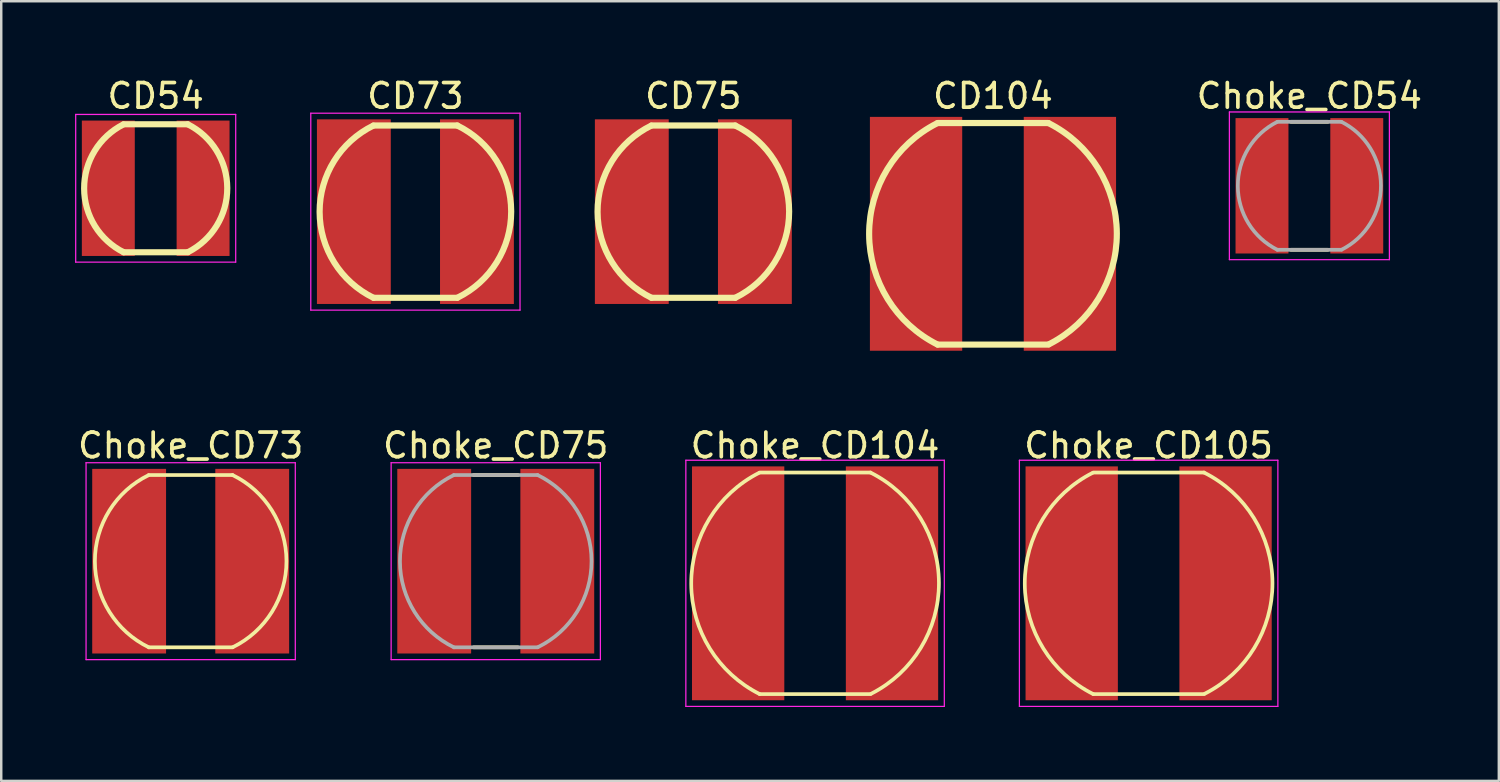
<source format=kicad_pcb>
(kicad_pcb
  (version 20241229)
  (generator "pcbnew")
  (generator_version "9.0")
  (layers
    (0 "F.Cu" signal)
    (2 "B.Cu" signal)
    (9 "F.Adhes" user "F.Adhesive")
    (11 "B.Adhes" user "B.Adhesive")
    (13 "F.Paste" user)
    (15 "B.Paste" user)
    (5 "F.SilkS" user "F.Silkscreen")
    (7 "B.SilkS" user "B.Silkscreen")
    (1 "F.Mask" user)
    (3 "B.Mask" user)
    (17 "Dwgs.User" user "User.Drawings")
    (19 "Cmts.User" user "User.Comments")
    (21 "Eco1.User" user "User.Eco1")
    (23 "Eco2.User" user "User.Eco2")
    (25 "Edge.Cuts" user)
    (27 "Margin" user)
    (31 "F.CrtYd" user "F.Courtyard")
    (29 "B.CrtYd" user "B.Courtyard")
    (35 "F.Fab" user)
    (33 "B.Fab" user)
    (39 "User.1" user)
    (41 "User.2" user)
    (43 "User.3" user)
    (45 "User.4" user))
  (footprint "Choke_CD104"
    (layer "F.Cu")
    (at 30.061 20.646)
    (property "Reference" "Choke_CD104" (at 0 -5.6 180) (layer "F.SilkS") (effects (font (size 1 1) (thickness 0.15))))
    (attr smd)
    (fp_line (start -2.25 -4.5) (end 2.25 -4.5) (stroke (width 0.15) (type solid)) (layer "F.SilkS"))
    (fp_line (start -2.25 4.5) (end 2.25 4.5) (stroke (width 0.15) (type solid)) (layer "F.SilkS"))
    (fp_arc (start -2.25 4.5) (mid -5.031127 0.016241) (end -2.279005 -4.48538) (stroke (width 0.15) (type solid)) (layer "F.SilkS"))
    (fp_arc (start 2.25 -4.5) (mid 5.031127 -0.016241) (end 2.279005 4.48538) (stroke (width 0.15) (type solid)) (layer "F.SilkS"))
    (fp_line (start -5.25 -5) (end 5.25 -5) (stroke (width 0.05) (type solid)) (layer "F.CrtYd"))
    (fp_line (start -5.25 5) (end -5.25 -5) (stroke (width 0.05) (type solid)) (layer "F.CrtYd"))
    (fp_line (start 5.25 -5) (end 5.25 5) (stroke (width 0.05) (type solid)) (layer "F.CrtYd"))
    (fp_line (start 5.25 5) (end -5.25 5) (stroke (width 0.05) (type solid)) (layer "F.CrtYd"))
    (pad "1" smd rect (at -3.125 0 90) (size 9.5 3.75) (layers "F.Cu" "F.Mask" "F.Paste"))
    (pad "2" smd rect (at 3.125 0 90) (size 9.5 3.75) (layers "F.Cu" "F.Mask" "F.Paste")))
  (footprint "Choke_CD75"
    (layer "F.Cu")
    (at 17.089 19.747)
    (property "Reference" "Choke_CD75" (at 0 -4.7 180) (layer "F.SilkS") (effects (font (size 1 1) (thickness 0.15))))
    (attr smd)
    (fp_line (start -0.9 -3.5) (end 0.9 -3.5) (stroke (width 0.15) (type solid)) (layer "F.SilkS"))
    (fp_line (start -0.9 3.5) (end 0.9 3.5) (stroke (width 0.15) (type solid)) (layer "F.SilkS"))
    (fp_line (start -4.25 -4) (end 4.25 -4) (stroke (width 0.05) (type solid)) (layer "F.CrtYd"))
    (fp_line (start -4.25 4) (end -4.25 -4) (stroke (width 0.05) (type solid)) (layer "F.CrtYd"))
    (fp_line (start 4.25 -4) (end 4.25 4) (stroke (width 0.05) (type solid)) (layer "F.CrtYd"))
    (fp_line (start 4.25 4) (end -4.25 4) (stroke (width 0.05) (type solid)) (layer "F.CrtYd"))
    (fp_line (start -1.7 -3.5) (end 1.7 -3.5) (stroke (width 0.15) (type solid)) (layer "F.Fab"))
    (fp_line (start -1.7 3.5) (end 1.7 3.5) (stroke (width 0.15) (type solid)) (layer "F.Fab"))
    (fp_arc (start -1.7 3.5) (mid -3.89101 0.006349) (end -1.711413 -3.494433) (stroke (width 0.15) (type solid)) (layer "F.Fab"))
    (fp_arc (start 1.7 -3.5) (mid 3.89101 -0.006349) (end 1.711413 3.494433) (stroke (width 0.15) (type solid)) (layer "F.Fab"))
    (pad "1" smd rect (at -2.5 0 90) (size 7.5 3) (layers "F.Cu" "F.Mask" "F.Paste"))
    (pad "2" smd rect (at 2.5 0 90) (size 7.5 3) (layers "F.Cu" "F.Mask" "F.Paste")))
  (footprint "CD75"
    (layer "F.Cu")
    (at 25.116 5.548)
    (property "Reference" "CD75" (at 0 -4.7 180) (layer "F.SilkS") (effects (font (size 1 1) (thickness 0.15))))
    (attr through_hole)
    (fp_line (start -1.7 -3.5) (end 1.7 -3.5) (stroke (width 0.25) (type solid)) (layer "F.SilkS"))
    (fp_line (start -1.7 3.5) (end 1.7 3.5) (stroke (width 0.25) (type solid)) (layer "F.SilkS"))
    (fp_arc (start -1.7 3.5) (mid -3.89101 0.006349) (end -1.711413 -3.494433) (stroke (width 0.25) (type solid)) (layer "F.SilkS"))
    (fp_arc (start 1.7 -3.5) (mid 3.89101 -0.006349) (end 1.711413 3.494433) (stroke (width 0.25) (type solid)) (layer "F.SilkS"))
    (pad "1" smd rect (at -2.5 0 90) (size 7.5 3) (layers "F.Cu" "F.Mask" "F.Paste"))
    (pad "2" smd rect (at 2.5 0 90) (size 7.5 3) (layers "F.Cu" "F.Mask" "F.Paste")))
  (footprint "CD54"
    (layer "F.Cu")
    (at 3.275 4.598)
    (property "Reference" "CD54" (at 0 -3.75 180) (layer "F.SilkS") (effects (font (size 1 1) (thickness 0.15))))
    (attr through_hole)
    (fp_line (start -1.3 -2.6) (end 1.3 -2.6) (stroke (width 0.25) (type solid)) (layer "F.SilkS"))
    (fp_line (start -1.3 2.6) (end 1.3 2.6) (stroke (width 0.25) (type solid)) (layer "F.SilkS"))
    (fp_arc (start -1.3 2.6) (mid -2.906873 0.009383) (end -1.316758 -2.591553) (stroke (width 0.25) (type solid)) (layer "F.SilkS"))
    (fp_arc (start 1.3 -2.6) (mid 2.906873 -0.009383) (end 1.316758 2.591553) (stroke (width 0.25) (type solid)) (layer "F.SilkS"))
    (fp_line (start -3.25 -3) (end 3.25 -3) (stroke (width 0.05) (type solid)) (layer "F.CrtYd"))
    (fp_line (start -3.25 3) (end -3.25 -3) (stroke (width 0.05) (type solid)) (layer "F.CrtYd"))
    (fp_line (start 3.25 -3) (end 3.25 3) (stroke (width 0.05) (type solid)) (layer "F.CrtYd"))
    (fp_line (start 3.25 3) (end -3.25 3) (stroke (width 0.05) (type solid)) (layer "F.CrtYd"))
    (pad "1" smd rect (at -1.925 0 90) (size 5.5 2.15) (layers "F.Cu" "F.Mask" "F.Paste"))
    (pad "2" smd rect (at 1.925 0 90) (size 5.5 2.15) (layers "F.Cu" "F.Mask" "F.Paste")))
  (footprint "CD73"
    (layer "F.Cu")
    (at 13.825 5.548)
    (property "Reference" "CD73" (at 0 -4.7 180) (layer "F.SilkS") (effects (font (size 1 1) (thickness 0.15))))
    (attr through_hole)
    (fp_line (start -1.7 -3.5) (end 1.7 -3.5) (stroke (width 0.25) (type solid)) (layer "F.SilkS"))
    (fp_line (start -1.7 3.5) (end 1.7 3.5) (stroke (width 0.25) (type solid)) (layer "F.SilkS"))
    (fp_arc (start -1.7 3.5) (mid -3.89101 0.006349) (end -1.711413 -3.494433) (stroke (width 0.25) (type solid)) (layer "F.SilkS"))
    (fp_arc (start 1.7 -3.5) (mid 3.89101 -0.006349) (end 1.711413 3.494433) (stroke (width 0.25) (type solid)) (layer "F.SilkS"))
    (fp_line (start -4.25 -4) (end 4.25 -4) (stroke (width 0.05) (type solid)) (layer "F.CrtYd"))
    (fp_line (start -4.25 4) (end -4.25 -4) (stroke (width 0.05) (type solid)) (layer "F.CrtYd"))
    (fp_line (start 4.25 -4) (end 4.25 4) (stroke (width 0.05) (type solid)) (layer "F.CrtYd"))
    (fp_line (start 4.25 4) (end -4.25 4) (stroke (width 0.05) (type solid)) (layer "F.CrtYd"))
    (pad "1" smd rect (at -2.5 0 90) (size 7.5 3) (layers "F.Cu" "F.Mask" "F.Paste"))
    (pad "2" smd rect (at 2.5 0 90) (size 7.5 3) (layers "F.Cu" "F.Mask" "F.Paste")))
  (footprint "Choke_CD105"
    (layer "F.Cu")
    (at 43.611 20.646)
    (property "Reference" "Choke_CD105" (at 0 -5.6 180) (layer "F.SilkS") (effects (font (size 1 1) (thickness 0.15))))
    (attr smd)
    (fp_line (start -2.25 -4.5) (end 2.25 -4.5) (stroke (width 0.15) (type solid)) (layer "F.SilkS"))
    (fp_line (start -2.25 4.5) (end 2.25 4.5) (stroke (width 0.15) (type solid)) (layer "F.SilkS"))
    (fp_arc (start -2.25 4.5) (mid -5.031127 0.016241) (end -2.279005 -4.48538) (stroke (width 0.15) (type solid)) (layer "F.SilkS"))
    (fp_arc (start 2.25 -4.5) (mid 5.031127 -0.016241) (end 2.279005 4.48538) (stroke (width 0.15) (type solid)) (layer "F.SilkS"))
    (fp_line (start -5.25 -5) (end 5.25 -5) (stroke (width 0.05) (type solid)) (layer "F.CrtYd"))
    (fp_line (start -5.25 5) (end -5.25 -5) (stroke (width 0.05) (type solid)) (layer "F.CrtYd"))
    (fp_line (start 5.25 -5) (end 5.25 5) (stroke (width 0.05) (type solid)) (layer "F.CrtYd"))
    (fp_line (start 5.25 5) (end -5.25 5) (stroke (width 0.05) (type solid)) (layer "F.CrtYd"))
    (pad "1" smd rect (at -3.125 0 90) (size 9.5 3.75) (layers "F.Cu" "F.Mask" "F.Paste"))
    (pad "2" smd rect (at 3.125 0 90) (size 9.5 3.75) (layers "F.Cu" "F.Mask" "F.Paste")))
  (footprint "Choke_CD73"
    (layer "F.Cu")
    (at 4.696 19.747)
    (property "Reference" "Choke_CD73" (at 0 -4.7 180) (layer "F.SilkS") (effects (font (size 1 1) (thickness 0.15))))
    (attr smd)
    (fp_line (start -1.7 -3.5) (end 1.7 -3.5) (stroke (width 0.15) (type solid)) (layer "F.SilkS"))
    (fp_line (start -1.7 3.5) (end 1.7 3.5) (stroke (width 0.15) (type solid)) (layer "F.SilkS"))
    (fp_arc (start -1.7 3.5) (mid -3.89101 0.006349) (end -1.711413 -3.494433) (stroke (width 0.15) (type solid)) (layer "F.SilkS"))
    (fp_arc (start 1.7 -3.5) (mid 3.89101 -0.006349) (end 1.711413 3.494433) (stroke (width 0.15) (type solid)) (layer "F.SilkS"))
    (fp_line (start -4.25 -4) (end 4.25 -4) (stroke (width 0.05) (type solid)) (layer "F.CrtYd"))
    (fp_line (start -4.25 4) (end -4.25 -4) (stroke (width 0.05) (type solid)) (layer "F.CrtYd"))
    (fp_line (start 4.25 -4) (end 4.25 4) (stroke (width 0.05) (type solid)) (layer "F.CrtYd"))
    (fp_line (start 4.25 4) (end -4.25 4) (stroke (width 0.05) (type solid)) (layer "F.CrtYd"))
    (pad "1" smd rect (at -2.5 0 90) (size 7.5 3) (layers "F.Cu" "F.Mask" "F.Paste"))
    (pad "2" smd rect (at 2.5 0 90) (size 7.5 3) (layers "F.Cu" "F.Mask" "F.Paste")))
  (footprint "Choke_CD54"
    (layer "F.Cu")
    (at 50.141 4.498)
    (property "Reference" "Choke_CD54" (at 0 -3.65 180) (layer "F.SilkS") (effects (font (size 1 1) (thickness 0.15))))
    (attr smd)
    (fp_line (start -0.75 -2.6) (end 0.75 -2.6) (stroke (width 0.15) (type solid)) (layer "F.SilkS"))
    (fp_line (start -0.75 2.6) (end 0.75 2.6) (stroke (width 0.15) (type solid)) (layer "F.SilkS"))
    (fp_line (start -3.25 -3) (end 3.25 -3) (stroke (width 0.05) (type solid)) (layer "F.CrtYd"))
    (fp_line (start -3.25 3) (end -3.25 -3) (stroke (width 0.05) (type solid)) (layer "F.CrtYd"))
    (fp_line (start 3.25 -3) (end 3.25 3) (stroke (width 0.05) (type solid)) (layer "F.CrtYd"))
    (fp_line (start 3.25 3) (end -3.25 3) (stroke (width 0.05) (type solid)) (layer "F.CrtYd"))
    (fp_line (start -1.3 -2.6) (end 1.3 -2.6) (stroke (width 0.15) (type solid)) (layer "F.Fab"))
    (fp_line (start -1.3 2.6) (end 1.3 2.6) (stroke (width 0.15) (type solid)) (layer "F.Fab"))
    (fp_arc (start -1.3 2.6) (mid -2.906873 0.009383) (end -1.316758 -2.591553) (stroke (width 0.15) (type solid)) (layer "F.Fab"))
    (fp_arc (start 1.3 -2.6) (mid 2.906873 -0.009383) (end 1.316758 2.591553) (stroke (width 0.15) (type solid)) (layer "F.Fab"))
    (pad "1" smd rect (at -1.925 0 90) (size 5.5 2.15) (layers "F.Cu" "F.Mask" "F.Paste"))
    (pad "2" smd rect (at 1.925 0 90) (size 5.5 2.15) (layers "F.Cu" "F.Mask" "F.Paste")))
  (footprint "CD104"
    (layer "F.Cu")
    (at 37.288 6.448)
    (property "Reference" "CD104" (at 0 -5.6 180) (layer "F.SilkS") (effects (font (size 1 1) (thickness 0.15))))
    (attr through_hole)
    (fp_line (start -2.25 -4.5) (end 2.25 -4.5) (stroke (width 0.25) (type solid)) (layer "F.SilkS"))
    (fp_line (start -2.25 4.5) (end 2.25 4.5) (stroke (width 0.25) (type solid)) (layer "F.SilkS"))
    (fp_arc (start -2.25 4.5) (mid -5.031127 0.016241) (end -2.279005 -4.48538) (stroke (width 0.25) (type solid)) (layer "F.SilkS"))
    (fp_arc (start 2.25 -4.5) (mid 5.031127 -0.016241) (end 2.279005 4.48538) (stroke (width 0.25) (type solid)) (layer "F.SilkS"))
    (pad "1" smd rect (at -3.125 0 90) (size 9.5 3.75) (layers "F.Cu" "F.Mask" "F.Paste"))
    (pad "2" smd rect (at 3.125 0 90) (size 9.5 3.75) (layers "F.Cu" "F.Mask" "F.Paste")))
  (gr_rect
    (start -3 -3)
    (end 57.837 28.672)
    (stroke (width 0.1) (type default))
    (fill no)
    (layer "Edge.Cuts")))
</source>
